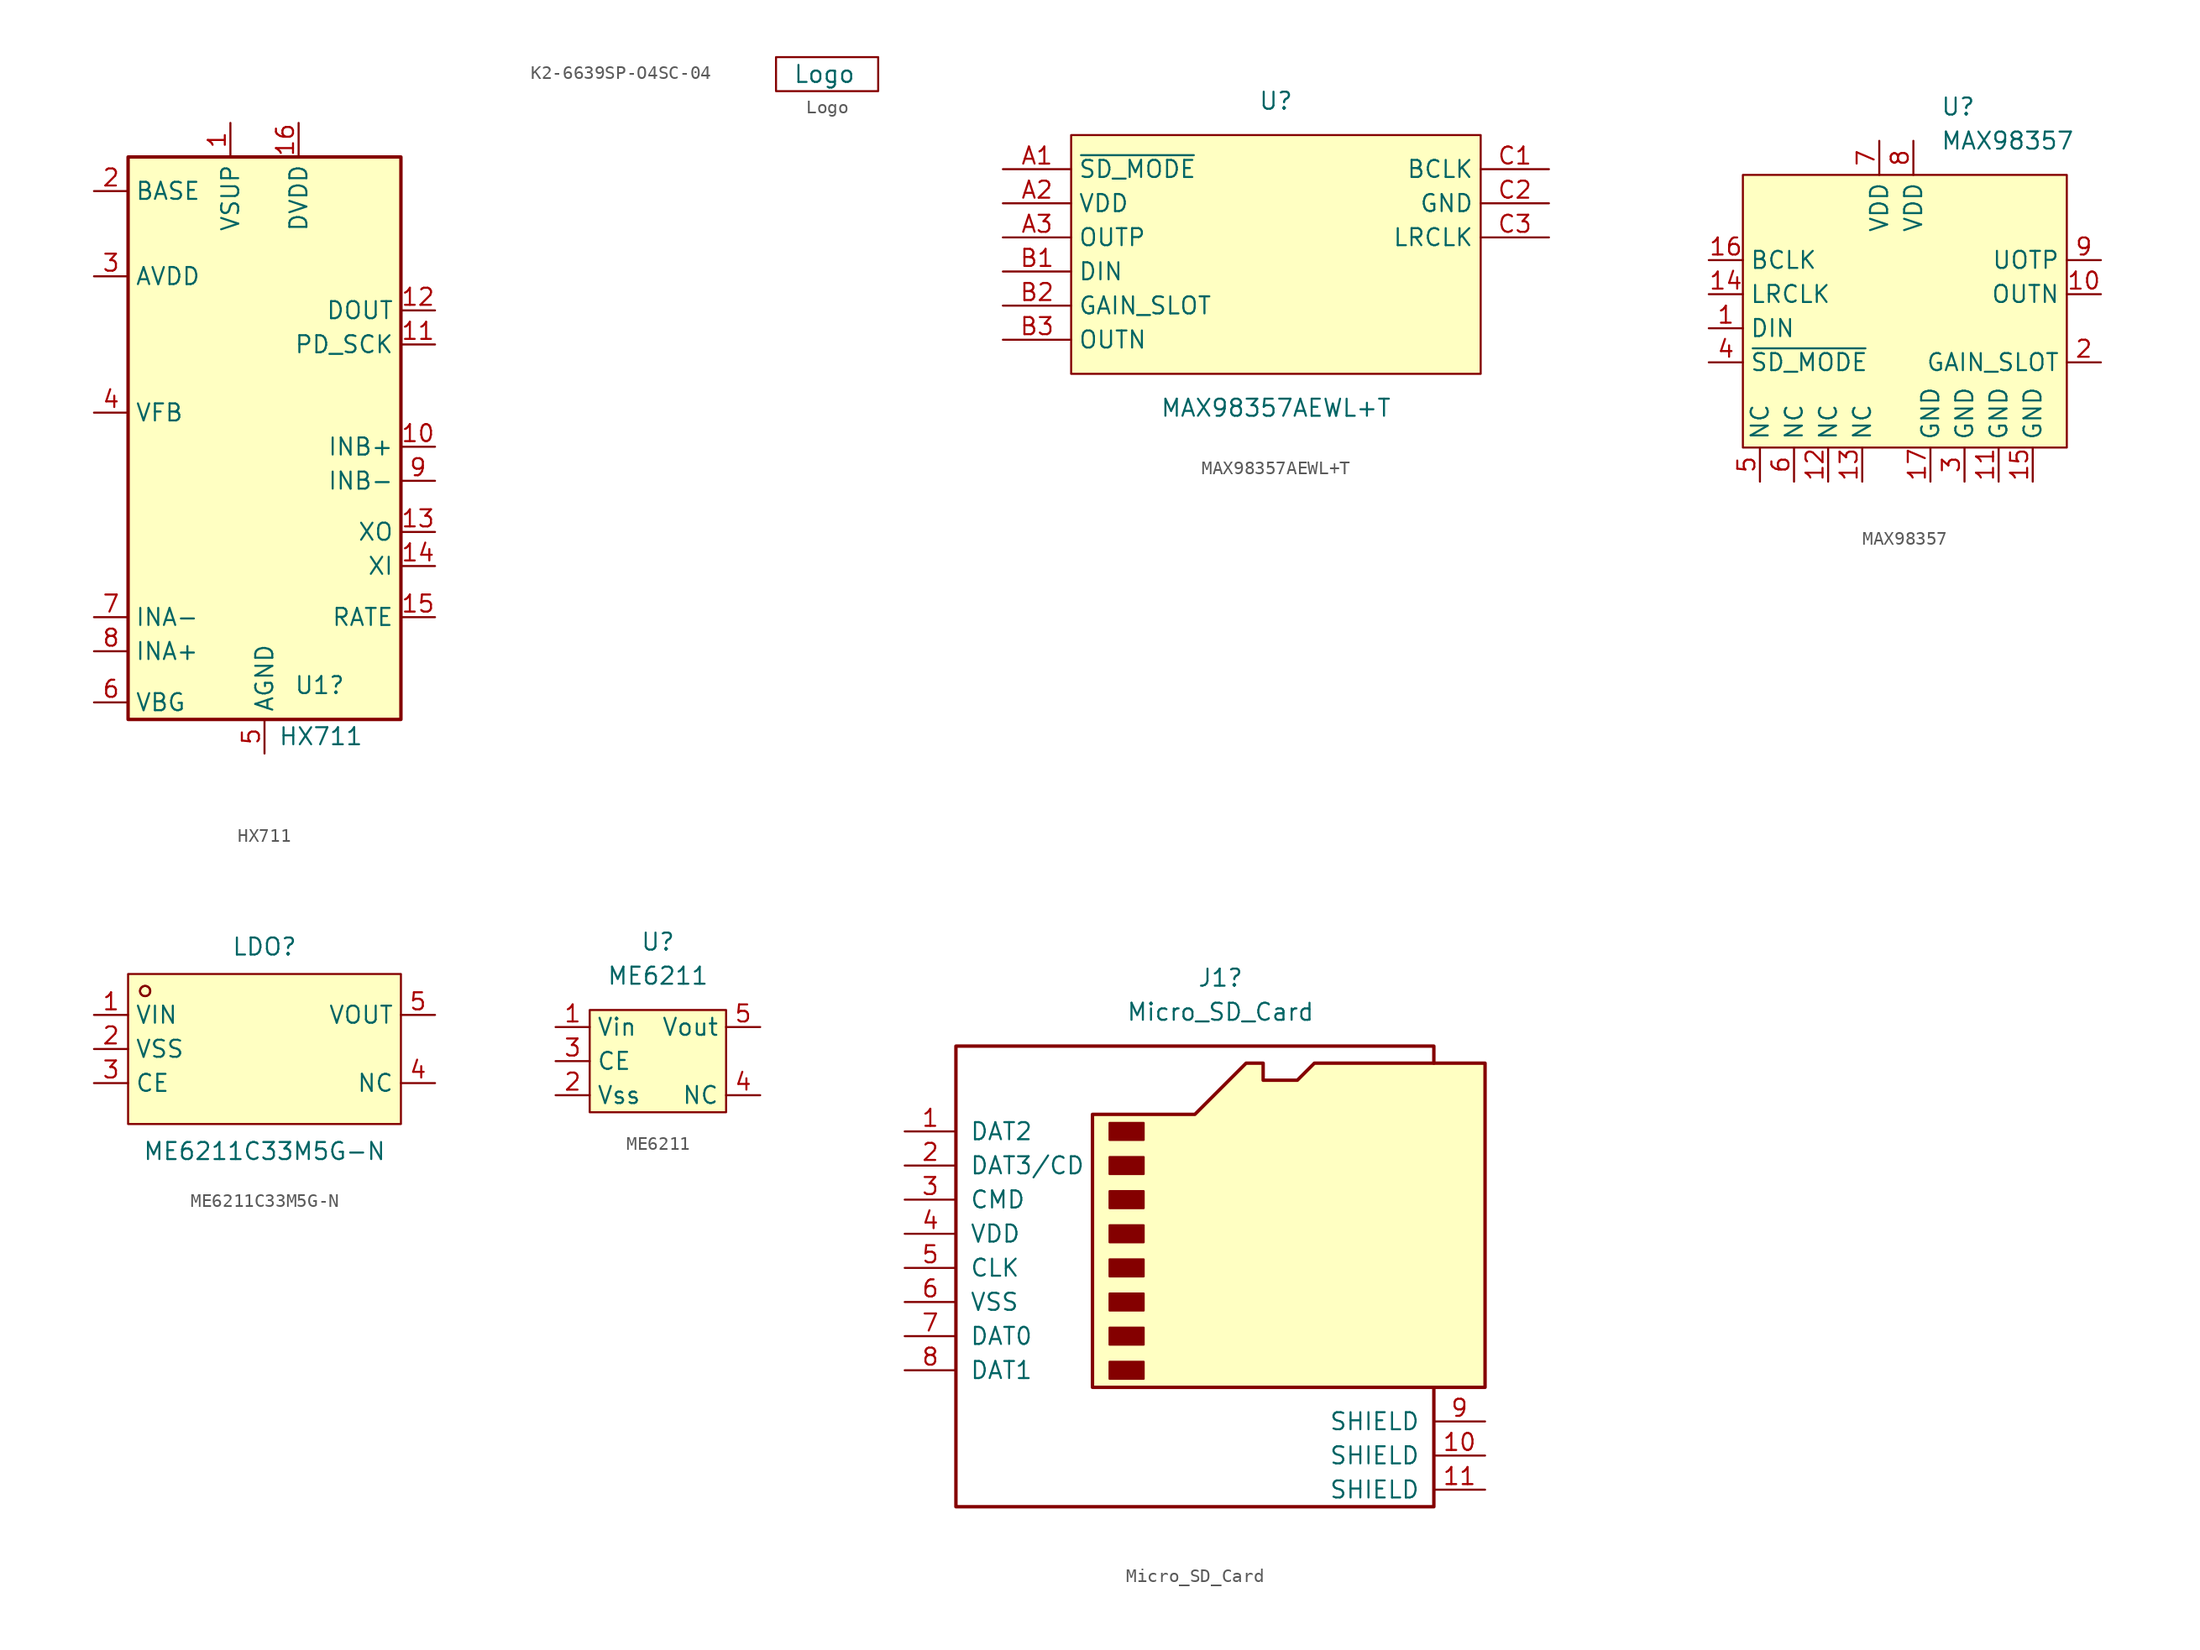
<source format=kicad_sym>
(kicad_symbol_lib
  (version 20231120)
  (generator "kicad_symbol_editor")
  (generator_version "8.0")
  (symbol "HX711"
    (property "Reference" "U1"
      (at 2.194 -20.32 0)
      (effects (font (size 1.27 1.27)) (justify left)))
    (property "Value" "HX711"
      (at 1.016 -24.13 0)
      (effects (font (size 1.27 1.27)) (justify left)))
    (symbol "HX711_0_1"
      (rectangle (start -10.16 19.05) (end 10.16 -22.86) (stroke (width 0.254) (type default)) (fill (type background))))
    (symbol "HX711_1_1"
      (pin power_in line (at -2.54 21.59 270) (length 2.54) (name "VSUP" (effects (font (size 1.27 1.27)))) (number "1" (effects (font (size 1.27 1.27)))))
      (pin input line (at 12.7 -2.54 180) (length 2.54) (name "INB+" (effects (font (size 1.27 1.27)))) (number "10" (effects (font (size 1.27 1.27)))))
      (pin input line (at 12.7 5.08 180) (length 2.54) (name "PD_SCK" (effects (font (size 1.27 1.27)))) (number "11" (effects (font (size 1.27 1.27)))))
      (pin output line (at 12.7 7.62 180) (length 2.54) (name "DOUT" (effects (font (size 1.27 1.27)))) (number "12" (effects (font (size 1.27 1.27)))))
      (pin passive line (at 12.7 -8.89 180) (length 2.54) (name "XO" (effects (font (size 1.27 1.27)))) (number "13" (effects (font (size 1.27 1.27)))))
      (pin passive line (at 12.7 -11.43 180) (length 2.54) (name "XI" (effects (font (size 1.27 1.27)))) (number "14" (effects (font (size 1.27 1.27)))))
      (pin input line (at 12.7 -15.24 180) (length 2.54) (name "RATE" (effects (font (size 1.27 1.27)))) (number "15" (effects (font (size 1.27 1.27)))))
      (pin power_in line (at 2.54 21.59 270) (length 2.54) (name "DVDD" (effects (font (size 1.27 1.27)))) (number "16" (effects (font (size 1.27 1.27)))))
      (pin passive line (at -12.7 16.51 0) (length 2.54) (name "BASE" (effects (font (size 1.27 1.27)))) (number "2" (effects (font (size 1.27 1.27)))))
      (pin unspecified line (at -12.7 10.16 0) (length 2.54) (name "AVDD" (effects (font (size 1.27 1.27)))) (number "3" (effects (font (size 1.27 1.27)))))
      (pin input line (at -12.7 0 0) (length 2.54) (name "VFB" (effects (font (size 1.27 1.27)))) (number "4" (effects (font (size 1.27 1.27)))))
      (pin power_in line (at 0 -25.4 90) (length 2.54) (name "AGND" (effects (font (size 1.27 1.27)))) (number "5" (effects (font (size 1.27 1.27)))))
      (pin passive line (at -12.7 -21.59 0) (length 2.54) (name "VBG" (effects (font (size 1.27 1.27)))) (number "6" (effects (font (size 1.27 1.27)))))
      (pin input line (at -12.7 -15.24 0) (length 2.54) (name "INA-" (effects (font (size 1.27 1.27)))) (number "7" (effects (font (size 1.27 1.27)))))
      (pin input line (at -12.7 -17.78 0) (length 2.54) (name "INA+" (effects (font (size 1.27 1.27)))) (number "8" (effects (font (size 1.27 1.27)))))
      (pin input line (at 12.7 -5.08 180) (length 2.54) (name "INB-" (effects (font (size 1.27 1.27)))) (number "9" (effects (font (size 1.27 1.27)))))))
  (symbol "K2-6639SP-O4SC-04"
    (property "Reference" "SW"
      (at 0 5.08 0)
      (effects (font (size 1.27 1.27))))
    (property "Value" "K2-6639SP-O4SC-04"
      (at 0 -7.62 0)
      (effects (font (size 1.27 1.27))))
    (symbol "K2-6639SP-O4SC-04_0_1"
      (arc (start -2.29 -0.25) (mid -2.29 -0.25) (end -2.29 -0.25) (stroke (width 0) (type default)) (fill (type none)))
      (arc (start -2.29 2.79) (mid -2.29 2.795) (end -2.29 2.8) (stroke (width 0) (type default)) (fill (type none)))
      (polyline (pts (xy -5.08 -2.54) (xy -4.06 -2.54)) (stroke (width 0) (type default)) (fill (type none)))
      (polyline (pts (xy -5.08 0) (xy -4.06 0)) (stroke (width 0) (type default)) (fill (type none)))
      (polyline (pts (xy -3.81 0.25) (xy -3.81 -2.79)) (stroke (width 0) (type default)) (fill (type none)))
      (polyline (pts (xy 3.81 -2.79) (xy 3.81 0.25)) (stroke (width 0) (type default)) (fill (type none)))
      (polyline (pts (xy 5.08 -2.54) (xy 4.06 -2.54)) (stroke (width 0) (type default)) (fill (type none)))
      (polyline (pts (xy 5.08 0) (xy 4.06 0)) (stroke (width 0) (type default)) (fill (type none)))
      (polyline (pts (xy -3.81 2.03) (xy -3.81 1.78) (xy 3.81 1.78) (xy 3.81 2.03) (xy 1.02 2.03) (xy 1.02 2.79) (xy -1.02 2.79) (xy -1.02 2.03) (xy -3.81 2.03)) (stroke (width 0) (type default)) (fill (type background)))
      (arc (start 3.81 -0.25) (mid 3.81 -0.25) (end 3.81 -0.25) (stroke (width 0) (type default)) (fill (type none)))
      (arc (start 3.81 2.8) (mid 3.81 2.795) (end 3.81 2.79) (stroke (width 0) (type default)) (fill (type none)))
      (pin input line (at -7.62 0 0) (length 2.54) (name "1" (effects (font (size 1.27 1.27)))) (number "1" (effects (font (size 1.27 1.27)))))
      (pin input line (at -7.62 -2.54 0) (length 2.54) (name "2" (effects (font (size 1.27 1.27)))) (number "2" (effects (font (size 1.27 1.27)))))
      (pin input line (at 7.62 0 180) (length 2.54) (name "3" (effects (font (size 1.27 1.27)))) (number "3" (effects (font (size 1.27 1.27)))))
      (pin input line (at 7.62 -2.54 180) (length 2.54) (name "4" (effects (font (size 1.27 1.27)))) (number "4" (effects (font (size 1.27 1.27)))))))
  (symbol "Logo"
    (property "Reference" "U11"
      (at 0 2.54 0)
      (effects (font (size 1.27 1.27)) (hide yes)))
    (property "Value" "Logo"
      (at -2.54 0 0)
      (effects (font (size 1.27 1.27)) (justify left)))
    (symbol "Logo_0_1"
      (rectangle (start -3.81 1.27) (end 3.81 -1.27) (stroke (width 0) (type default)) (fill (type none)))))
  (symbol "MAX98357AEWL+T"
    (property "Reference" "U"
      (at 0 10.16 0)
      (effects (font (size 1.27 1.27))))
    (property "Value" "MAX98357AEWL+T"
      (at 0 -12.7 0)
      (effects (font (size 1.27 1.27))))
    (symbol "MAX98357AEWL+T_0_1"
      (rectangle (start -15.24 7.62) (end 15.24 -10.16) (stroke (width 0) (type default)) (fill (type background)))
      (pin unspecified line (at -20.32 2.54 0) (length 5.08) (name "VDD" (effects (font (size 1.27 1.27)))) (number "A2" (effects (font (size 1.27 1.27)))))
      (pin unspecified line (at -20.32 0 0) (length 5.08) (name "OUTP" (effects (font (size 1.27 1.27)))) (number "A3" (effects (font (size 1.27 1.27)))))
      (pin unspecified line (at -20.32 -2.54 0) (length 5.08) (name "DIN" (effects (font (size 1.27 1.27)))) (number "B1" (effects (font (size 1.27 1.27)))))
      (pin unspecified line (at -20.32 -5.08 0) (length 5.08) (name "GAIN_SLOT" (effects (font (size 1.27 1.27)))) (number "B2" (effects (font (size 1.27 1.27)))))
      (pin unspecified line (at -20.32 -7.62 0) (length 5.08) (name "OUTN" (effects (font (size 1.27 1.27)))) (number "B3" (effects (font (size 1.27 1.27)))))
      (pin unspecified line (at 20.32 5.08 180) (length 5.08) (name "BCLK" (effects (font (size 1.27 1.27)))) (number "C1" (effects (font (size 1.27 1.27)))))
      (pin unspecified line (at 20.32 2.54 180) (length 5.08) (name "GND" (effects (font (size 1.27 1.27)))) (number "C2" (effects (font (size 1.27 1.27)))))
      (pin unspecified line (at 20.32 0 180) (length 5.08) (name "LRCLK" (effects (font (size 1.27 1.27)))) (number "C3" (effects (font (size 1.27 1.27))))))
    (symbol "MAX98357AEWL+T_1_1"
      (pin unspecified line (at -20.32 5.08 0) (length 5.08) (name "~{SD_MODE}" (effects (font (size 1.27 1.27)))) (number "A1" (effects (font (size 1.27 1.27)))))))
  (symbol "MAX98357"
    (property "Reference" "U"
      (at 3.289 7.62 0)
      (effects (font (size 1.27 1.27)) (justify left)))
    (property "Value" "MAX98357"
      (at 3.289 5.08 0)
      (effects (font (size 1.27 1.27)) (justify left)))
    (symbol "MAX98357_0_1"
      (rectangle (start -11.43 2.54) (end 12.7 -17.78) (stroke (width 0) (type default)) (fill (type background))))
    (symbol "MAX98357_1_1"
      (pin passive line (at -13.97 -8.89 0) (length 2.54) (name "DIN" (effects (font (size 1.27 1.27)))) (number "1" (effects (font (size 1.27 1.27)))))
      (pin passive line (at 15.24 -6.35 180) (length 2.54) (name "OUTN" (effects (font (size 1.27 1.27)))) (number "10" (effects (font (size 1.27 1.27)))))
      (pin passive line (at 7.62 -20.32 90) (length 2.54) (name "GND" (effects (font (size 1.27 1.27)))) (number "11" (effects (font (size 1.27 1.27)))))
      (pin passive line (at -5.08 -20.32 90) (length 2.54) (name "NC" (effects (font (size 1.27 1.27)))) (number "12" (effects (font (size 1.27 1.27)))))
      (pin passive line (at -2.54 -20.32 90) (length 2.54) (name "NC" (effects (font (size 1.27 1.27)))) (number "13" (effects (font (size 1.27 1.27)))))
      (pin passive line (at -13.97 -6.35 0) (length 2.54) (name "LRCLK" (effects (font (size 1.27 1.27)))) (number "14" (effects (font (size 1.27 1.27)))))
      (pin passive line (at 10.16 -20.32 90) (length 2.54) (name "GND" (effects (font (size 1.27 1.27)))) (number "15" (effects (font (size 1.27 1.27)))))
      (pin passive line (at -13.97 -3.81 0) (length 2.54) (name "BCLK" (effects (font (size 1.27 1.27)))) (number "16" (effects (font (size 1.27 1.27)))))
      (pin passive line (at 2.54 -20.32 90) (length 2.54) (name "GND" (effects (font (size 1.27 1.27)))) (number "17" (effects (font (size 1.27 1.27)))))
      (pin passive line (at 15.24 -11.43 180) (length 2.54) (name "GAIN_SLOT" (effects (font (size 1.27 1.27)))) (number "2" (effects (font (size 1.27 1.27)))))
      (pin passive line (at 5.08 -20.32 90) (length 2.54) (name "GND" (effects (font (size 1.27 1.27)))) (number "3" (effects (font (size 1.27 1.27)))))
      (pin passive line (at -13.97 -11.43 0) (length 2.54) (name "~{SD_MODE}" (effects (font (size 1.27 1.27)))) (number "4" (effects (font (size 1.27 1.27)))))
      (pin passive line (at -10.16 -20.32 90) (length 2.54) (name "NC" (effects (font (size 1.27 1.27)))) (number "5" (effects (font (size 1.27 1.27)))))
      (pin passive line (at -7.62 -20.32 90) (length 2.54) (name "NC" (effects (font (size 1.27 1.27)))) (number "6" (effects (font (size 1.27 1.27)))))
      (pin passive line (at -1.27 5.08 270) (length 2.54) (name "VDD" (effects (font (size 1.27 1.27)))) (number "7" (effects (font (size 1.27 1.27)))))
      (pin passive line (at 1.27 5.08 270) (length 2.54) (name "VDD" (effects (font (size 1.27 1.27)))) (number "8" (effects (font (size 1.27 1.27)))))
      (pin passive line (at 15.24 -3.81 180) (length 2.54) (name "UOTP" (effects (font (size 1.27 1.27)))) (number "9" (effects (font (size 1.27 1.27)))))))
  (symbol "ME6211C33M5G-N"
    (property "Reference" "LDO"
      (at 0 7.62 0)
      (effects (font (size 1.27 1.27))))
    (property "Value" "ME6211C33M5G-N"
      (at 0 -7.62 0)
      (effects (font (size 1.27 1.27))))
    (symbol "ME6211C33M5G-N_0_1"
      (rectangle (start -10.16 5.59) (end 10.16 -5.59) (stroke (width 0) (type default)) (fill (type background)))
      (circle (center -8.89 4.32) (radius 0.38) (stroke (width 0) (type default)) (fill (type none)))
      (circle (center -8.89 4.32) (radius 0.38) (stroke (width 0) (type default)) (fill (type none)))
      (pin unspecified line (at -12.7 2.54 0) (length 2.54) (name "VIN" (effects (font (size 1.27 1.27)))) (number "1" (effects (font (size 1.27 1.27)))))
      (pin unspecified line (at -12.7 0 0) (length 2.54) (name "VSS" (effects (font (size 1.27 1.27)))) (number "2" (effects (font (size 1.27 1.27)))))
      (pin unspecified line (at -12.7 -2.54 0) (length 2.54) (name "CE" (effects (font (size 1.27 1.27)))) (number "3" (effects (font (size 1.27 1.27)))))
      (pin unspecified line (at 12.7 -2.54 180) (length 2.54) (name "NC" (effects (font (size 1.27 1.27)))) (number "4" (effects (font (size 1.27 1.27)))))
      (pin unspecified line (at 12.7 2.54 180) (length 2.54) (name "VOUT" (effects (font (size 1.27 1.27)))) (number "5" (effects (font (size 1.27 1.27)))))))
  (symbol "ME6211"
    (property "Reference" "U"
      (at 0 3.81 0)
      (effects (font (size 1.27 1.27))))
    (property "Value" "ME6211"
      (at 0 1.27 0)
      (effects (font (size 1.27 1.27))))
    (symbol "ME6211_0_1"
      (rectangle (start -5.08 -1.27) (end 5.08 -8.89) (stroke (width 0) (type default)) (fill (type background))))
    (symbol "ME6211_1_1"
      (pin input line (at -7.62 -2.54 0) (length 2.54) (name "Vin" (effects (font (size 1.27 1.27)))) (number "1" (effects (font (size 1.27 1.27)))))
      (pin input line (at -7.62 -7.62 0) (length 2.54) (name "Vss" (effects (font (size 1.27 1.27)))) (number "2" (effects (font (size 1.27 1.27)))))
      (pin input line (at -7.62 -5.08 0) (length 2.54) (name "CE" (effects (font (size 1.27 1.27)))) (number "3" (effects (font (size 1.27 1.27)))))
      (pin input line (at 7.62 -7.62 180) (length 2.54) (name "NC" (effects (font (size 1.27 1.27)))) (number "4" (effects (font (size 1.27 1.27)))))
      (pin input line (at 7.62 -2.54 180) (length 2.54) (name "Vout" (effects (font (size 1.27 1.27)))) (number "5" (effects (font (size 1.27 1.27)))))))
  (symbol "Micro_SD_Card"
    (pin_names
      (offset 1.016))
    (property "Reference" "J1"
      (at 0.635 19.05 0)
      (effects (font (size 1.27 1.27))))
    (property "Value" "Micro_SD_Card"
      (at 0.635 16.51 0)
      (effects (font (size 1.27 1.27))))
    (symbol "Micro_SD_Card_0_1"
      (rectangle (start -7.62 -9.525) (end -5.08 -10.795) (stroke (width 0) (type default)) (fill (type outline)))
      (rectangle (start -7.62 -6.985) (end -5.08 -8.255) (stroke (width 0) (type default)) (fill (type outline)))
      (rectangle (start -7.62 -4.445) (end -5.08 -5.715) (stroke (width 0) (type default)) (fill (type outline)))
      (rectangle (start -7.62 -1.905) (end -5.08 -3.175) (stroke (width 0) (type default)) (fill (type outline)))
      (rectangle (start -7.62 0.635) (end -5.08 -0.635) (stroke (width 0) (type default)) (fill (type outline)))
      (rectangle (start -7.62 3.175) (end -5.08 1.905) (stroke (width 0) (type default)) (fill (type outline)))
      (rectangle (start -7.62 5.715) (end -5.08 4.445) (stroke (width 0) (type default)) (fill (type outline)))
      (rectangle (start -7.62 8.255) (end -5.08 6.985) (stroke (width 0) (type default)) (fill (type outline)))
      (polyline (pts (xy 16.51 12.7) (xy 16.51 13.97) (xy -19.05 13.97) (xy -19.05 -20.32) (xy 16.51 -20.32) (xy 16.51 -11.43)) (stroke (width 0.254) (type default)) (fill (type none)))
      (polyline (pts (xy -8.89 -11.43) (xy -8.89 8.89) (xy -1.27 8.89) (xy 2.54 12.7) (xy 3.81 12.7) (xy 3.81 11.43) (xy 6.35 11.43) (xy 7.62 12.7) (xy 20.32 12.7) (xy 20.32 -11.43) (xy -8.89 -11.43)) (stroke (width 0.254) (type default)) (fill (type background))))
    (symbol "Micro_SD_Card_1_1"
      (pin bidirectional line (at -22.86 7.62 0) (length 3.81) (name "DAT2" (effects (font (size 1.27 1.27)))) (number "1" (effects (font (size 1.27 1.27)))))
      (pin passive line (at 20.32 -16.51 180) (length 3.81) (name "SHIELD" (effects (font (size 1.27 1.27)))) (number "10" (effects (font (size 1.27 1.27)))))
      (pin passive line (at 20.32 -19.05 180) (length 3.81) (name "SHIELD" (effects (font (size 1.27 1.27)))) (number "11" (effects (font (size 1.27 1.27)))))
      (pin bidirectional line (at -22.86 5.08 0) (length 3.81) (name "DAT3/CD" (effects (font (size 1.27 1.27)))) (number "2" (effects (font (size 1.27 1.27)))))
      (pin input line (at -22.86 2.54 0) (length 3.81) (name "CMD" (effects (font (size 1.27 1.27)))) (number "3" (effects (font (size 1.27 1.27)))))
      (pin passive line (at -22.86 0 0) (length 3.81) (name "VDD" (effects (font (size 1.27 1.27)))) (number "4" (effects (font (size 1.27 1.27)))))
      (pin input line (at -22.86 -2.54 0) (length 3.81) (name "CLK" (effects (font (size 1.27 1.27)))) (number "5" (effects (font (size 1.27 1.27)))))
      (pin power_in line (at -22.86 -5.08 0) (length 3.81) (name "VSS" (effects (font (size 1.27 1.27)))) (number "6" (effects (font (size 1.27 1.27)))))
      (pin bidirectional line (at -22.86 -7.62 0) (length 3.81) (name "DAT0" (effects (font (size 1.27 1.27)))) (number "7" (effects (font (size 1.27 1.27)))))
      (pin bidirectional line (at -22.86 -10.16 0) (length 3.81) (name "DAT1" (effects (font (size 1.27 1.27)))) (number "8" (effects (font (size 1.27 1.27)))))
      (pin passive line (at 20.32 -13.97 180) (length 3.81) (name "SHIELD" (effects (font (size 1.27 1.27)))) (number "9" (effects (font (size 1.27 1.27))))))))
</source>
